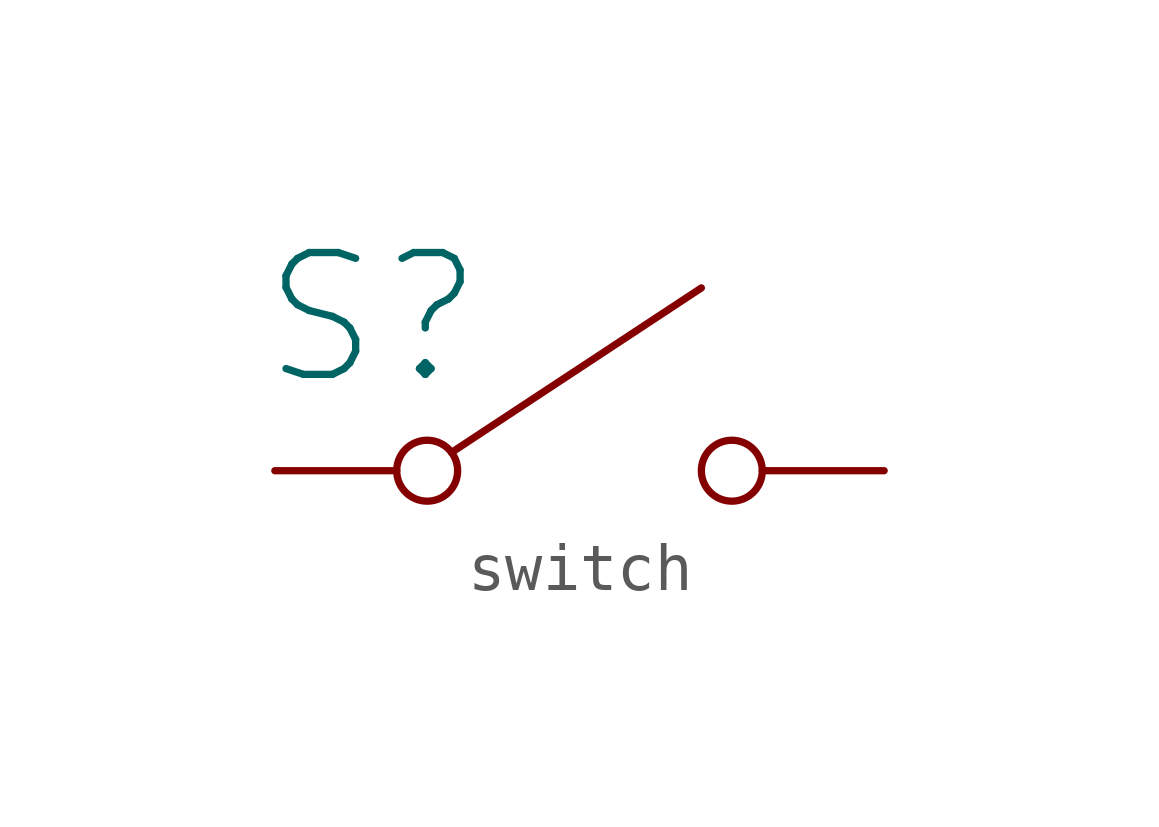
<source format=kicad_sym>
(kicad_symbol_lib
  (version 20211014)
  (generator kicad_symbol_editor)
  (symbol "switch"
    (pin_names
      (offset 1.016))
    (property "Reference" "S"
      (at 4.445 3.175 0)
      (effects (font (size 2.54 2.54)) (justify right)))
    (symbol "switch_0_0"
      (polyline (pts (xy 8.89 3.81) (xy 3.683 0.381)) (stroke (width 0) (type default) (color 0 0 0 0)) (fill (type none)))
      (circle (center 3.175 0) (radius 0.635) (stroke (width 0) (type default) (color 0 0 0 0)) (fill (type none)))
      (circle (center 9.525 0) (radius 0.635) (stroke (width 0) (type default) (color 0 0 0 0)) (fill (type none))))
    (symbol "switch_1_1"
      (pin input line (at 0 0 0) (length 2.54) (name "~" (effects (font (size 1.27 1.27)))) (number "~" (effects (font (size 1.143 1.143)))))
      (pin input line (at 12.7 0 180) (length 2.54) (name "~" (effects (font (size 1.27 1.27)))) (number "~" (effects (font (size 1.143 1.143))))))))
</source>
